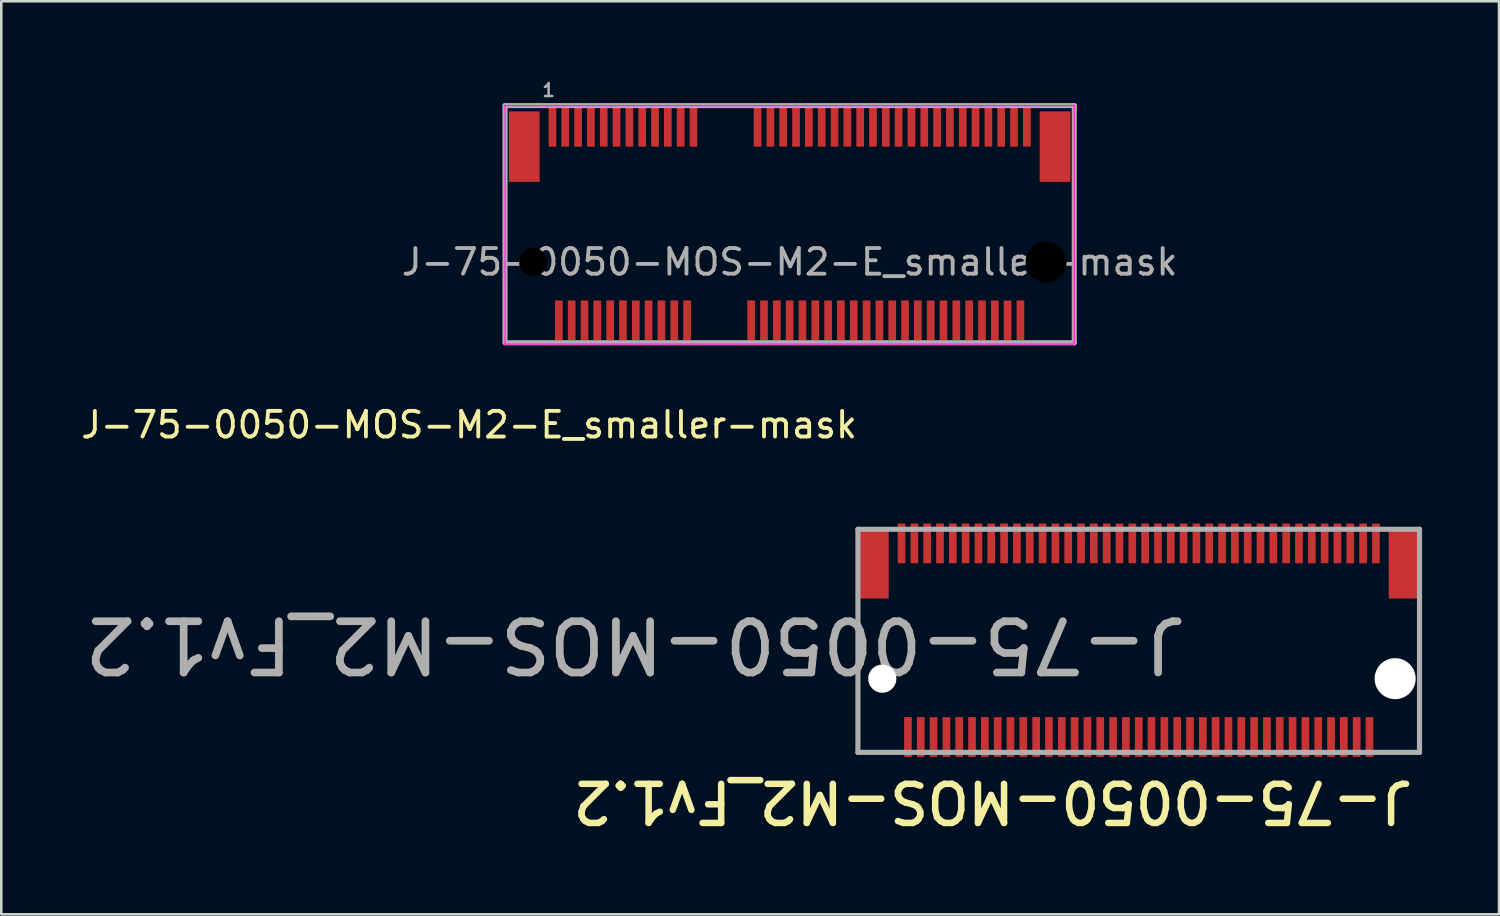
<source format=kicad_pcb>
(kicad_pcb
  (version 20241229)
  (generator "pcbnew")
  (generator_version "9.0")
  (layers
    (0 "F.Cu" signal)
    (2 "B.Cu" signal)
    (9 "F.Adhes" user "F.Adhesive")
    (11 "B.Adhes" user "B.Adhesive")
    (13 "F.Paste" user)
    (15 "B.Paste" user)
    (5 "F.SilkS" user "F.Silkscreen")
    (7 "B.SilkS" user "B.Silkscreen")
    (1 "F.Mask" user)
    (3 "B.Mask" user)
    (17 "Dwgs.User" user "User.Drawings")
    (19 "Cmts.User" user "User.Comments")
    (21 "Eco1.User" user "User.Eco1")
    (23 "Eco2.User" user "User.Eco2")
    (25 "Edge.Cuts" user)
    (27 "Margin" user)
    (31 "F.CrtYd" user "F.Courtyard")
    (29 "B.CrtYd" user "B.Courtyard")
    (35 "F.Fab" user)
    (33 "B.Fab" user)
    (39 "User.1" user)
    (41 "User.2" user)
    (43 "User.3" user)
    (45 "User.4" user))
  (footprint "J-75-0050-MOS-M2_Fv1.2"
    (layer "F.Cu")
    (at 41.357 21.916)
    (property "Reference" "J-75-0050-MOS-M2_Fv1.2" (at 10.808 5.402 180) (unlocked yes) (layer "F.SilkS") (effects (font (size 1.524 1.524) (thickness 0.254)) (justify left bottom)))
    (fp_line (start -10.95 -4.326) (end -10.95 4.374) (stroke (width 0.2) (type solid)) (layer "F.Fab"))
    (fp_line (start 10.95 -4.326) (end -10.95 -4.326) (stroke (width 0.2) (type solid)) (layer "F.Fab"))
    (fp_line (start 10.95 -4.326) (end 10.95 4.374) (stroke (width 0.2) (type solid)) (layer "F.Fab"))
    (fp_line (start 10.95 4.374) (end -10.95 4.374) (stroke (width 0.2) (type solid)) (layer "F.Fab"))
    (fp_text user "${REFERENCE}" (at 2 -1 180) (unlocked yes) (layer "F.Fab") (effects (font (size 2 2) (thickness 0.3)) (justify left bottom)))
    (pad "" smd rect (at -10.35 -3) (size 1.2 2.75) (layers "F.Cu" "F.Mask" "F.Paste"))
    (pad "" np_thru_hole circle (at -10 1.5) (size 1.1 1.1) (drill 1.1) (layers "*.Cu" "*.Mask"))
    (pad "" smd rect (at -3.5 3.775) (size 0.3 1.55) (layers "F.Cu" "F.Mask" "F.Paste"))
    (pad "" smd rect (at -3.25 -3.775) (size 0.3 1.55) (layers "F.Cu" "F.Mask" "F.Paste"))
    (pad "" smd rect (at -3 3.775) (size 0.3 1.55) (layers "F.Cu" "F.Mask" "F.Paste"))
    (pad "" smd rect (at -2.75 -3.775) (size 0.3 1.55) (layers "F.Cu" "F.Mask" "F.Paste"))
    (pad "" smd rect (at -2.5 3.775) (size 0.3 1.55) (layers "F.Cu" "F.Mask" "F.Paste"))
    (pad "" smd rect (at -2.25 -3.775) (size 0.3 1.55) (layers "F.Cu" "F.Mask" "F.Paste"))
    (pad "" smd rect (at -2 3.775) (size 0.3 1.55) (layers "F.Cu" "F.Mask" "F.Paste"))
    (pad "" smd rect (at -1.75 -3.775) (size 0.3 1.55) (layers "F.Cu" "F.Mask" "F.Paste"))
    (pad "" np_thru_hole circle (at 10 1.5) (size 1.6 1.6) (drill 1.6) (layers "*.Cu" "*.Mask"))
    (pad "" smd rect (at 10.35 -3) (size 1.2 2.75) (layers "F.Cu" "F.Mask" "F.Paste"))
    (pad "1" smd rect (at -9.25 -3.775) (size 0.3 1.55) (layers "F.Cu" "F.Mask" "F.Paste"))
    (pad "2" smd rect (at -9 3.775) (size 0.3 1.55) (layers "F.Cu" "F.Mask" "F.Paste"))
    (pad "3" smd rect (at -8.75 -3.775) (size 0.3 1.55) (layers "F.Cu" "F.Mask" "F.Paste"))
    (pad "4" smd rect (at -8.5 3.775) (size 0.3 1.55) (layers "F.Cu" "F.Mask" "F.Paste"))
    (pad "5" smd rect (at -8.25 -3.775) (size 0.3 1.55) (layers "F.Cu" "F.Mask" "F.Paste"))
    (pad "6" smd rect (at -8 3.775) (size 0.3 1.55) (layers "F.Cu" "F.Mask" "F.Paste"))
    (pad "7" smd rect (at -7.75 -3.775) (size 0.3 1.55) (layers "F.Cu" "F.Mask" "F.Paste"))
    (pad "8" smd rect (at -7.5 3.775) (size 0.3 1.55) (layers "F.Cu" "F.Mask" "F.Paste"))
    (pad "9" smd rect (at -7.25 -3.775) (size 0.3 1.55) (layers "F.Cu" "F.Mask" "F.Paste"))
    (pad "10" smd rect (at -7 3.775) (size 0.3 1.55) (layers "F.Cu" "F.Mask" "F.Paste"))
    (pad "11" smd rect (at -6.75 -3.775) (size 0.3 1.55) (layers "F.Cu" "F.Mask" "F.Paste"))
    (pad "12" smd rect (at -6.5 3.775) (size 0.3 1.55) (layers "F.Cu" "F.Mask" "F.Paste"))
    (pad "13" smd rect (at -6.25 -3.775) (size 0.3 1.55) (layers "F.Cu" "F.Mask" "F.Paste"))
    (pad "14" smd rect (at -6 3.775) (size 0.3 1.55) (layers "F.Cu" "F.Mask" "F.Paste"))
    (pad "15" smd rect (at -5.75 -3.775) (size 0.3 1.55) (layers "F.Cu" "F.Mask" "F.Paste"))
    (pad "16" smd rect (at -5.5 3.775) (size 0.3 1.55) (layers "F.Cu" "F.Mask" "F.Paste"))
    (pad "17" smd rect (at -5.25 -3.775) (size 0.3 1.55) (layers "F.Cu" "F.Mask" "F.Paste"))
    (pad "18" smd rect (at -5 3.775) (size 0.3 1.55) (layers "F.Cu" "F.Mask" "F.Paste"))
    (pad "19" smd rect (at -4.75 -3.775) (size 0.3 1.55) (layers "F.Cu" "F.Mask" "F.Paste"))
    (pad "20" smd rect (at -4.5 3.775) (size 0.3 1.55) (layers "F.Cu" "F.Mask" "F.Paste"))
    (pad "21" smd rect (at -4.25 -3.775) (size 0.3 1.55) (layers "F.Cu" "F.Mask" "F.Paste"))
    (pad "22" smd rect (at -4 3.775) (size 0.3 1.55) (layers "F.Cu" "F.Mask" "F.Paste"))
    (pad "23" smd rect (at -3.75 -3.775) (size 0.3 1.55) (layers "F.Cu" "F.Mask" "F.Paste"))
    (pad "32" smd rect (at -1.5 3.775) (size 0.3 1.55) (layers "F.Cu" "F.Mask" "F.Paste"))
    (pad "33" smd rect (at -1.25 -3.775) (size 0.3 1.55) (layers "F.Cu" "F.Mask" "F.Paste"))
    (pad "34" smd rect (at -1 3.775) (size 0.3 1.55) (layers "F.Cu" "F.Mask" "F.Paste"))
    (pad "35" smd rect (at -0.75 -3.775) (size 0.3 1.55) (layers "F.Cu" "F.Mask" "F.Paste"))
    (pad "36" smd rect (at -0.5 3.775) (size 0.3 1.55) (layers "F.Cu" "F.Mask" "F.Paste"))
    (pad "37" smd rect (at -0.25 -3.775) (size 0.3 1.55) (layers "F.Cu" "F.Mask" "F.Paste"))
    (pad "38" smd rect (at 0 3.775) (size 0.3 1.55) (layers "F.Cu" "F.Mask" "F.Paste"))
    (pad "39" smd rect (at 0.25 -3.775) (size 0.3 1.55) (layers "F.Cu" "F.Mask" "F.Paste"))
    (pad "40" smd rect (at 0.5 3.775) (size 0.3 1.55) (layers "F.Cu" "F.Mask" "F.Paste"))
    (pad "41" smd rect (at 0.75 -3.775) (size 0.3 1.55) (layers "F.Cu" "F.Mask" "F.Paste"))
    (pad "42" smd rect (at 1 3.775) (size 0.3 1.55) (layers "F.Cu" "F.Mask" "F.Paste"))
    (pad "43" smd rect (at 1.25 -3.775) (size 0.3 1.55) (layers "F.Cu" "F.Mask" "F.Paste"))
    (pad "44" smd rect (at 1.5 3.775) (size 0.3 1.55) (layers "F.Cu" "F.Mask" "F.Paste"))
    (pad "45" smd rect (at 1.75 -3.775) (size 0.3 1.55) (layers "F.Cu" "F.Mask" "F.Paste"))
    (pad "46" smd rect (at 2 3.775) (size 0.3 1.55) (layers "F.Cu" "F.Mask" "F.Paste"))
    (pad "47" smd rect (at 2.25 -3.775) (size 0.3 1.55) (layers "F.Cu" "F.Mask" "F.Paste"))
    (pad "48" smd rect (at 2.5 3.775) (size 0.3 1.55) (layers "F.Cu" "F.Mask" "F.Paste"))
    (pad "49" smd rect (at 2.75 -3.775) (size 0.3 1.55) (layers "F.Cu" "F.Mask" "F.Paste"))
    (pad "50" smd rect (at 3 3.775) (size 0.3 1.55) (layers "F.Cu" "F.Mask" "F.Paste"))
    (pad "51" smd rect (at 3.25 -3.775) (size 0.3 1.55) (layers "F.Cu" "F.Mask" "F.Paste"))
    (pad "52" smd rect (at 3.5 3.775) (size 0.3 1.55) (layers "F.Cu" "F.Mask" "F.Paste"))
    (pad "53" smd rect (at 3.75 -3.775) (size 0.3 1.55) (layers "F.Cu" "F.Mask" "F.Paste"))
    (pad "54" smd rect (at 4 3.775) (size 0.3 1.55) (layers "F.Cu" "F.Mask" "F.Paste"))
    (pad "55" smd rect (at 4.25 -3.775) (size 0.3 1.55) (layers "F.Cu" "F.Mask" "F.Paste"))
    (pad "56" smd rect (at 4.5 3.775) (size 0.3 1.55) (layers "F.Cu" "F.Mask" "F.Paste"))
    (pad "57" smd rect (at 4.75 -3.775) (size 0.3 1.55) (layers "F.Cu" "F.Mask" "F.Paste"))
    (pad "58" smd rect (at 5 3.775) (size 0.3 1.55) (layers "F.Cu" "F.Mask" "F.Paste"))
    (pad "59" smd rect (at 5.25 -3.775) (size 0.3 1.55) (layers "F.Cu" "F.Mask" "F.Paste"))
    (pad "60" smd rect (at 5.5 3.775) (size 0.3 1.55) (layers "F.Cu" "F.Mask" "F.Paste"))
    (pad "61" smd rect (at 5.75 -3.775) (size 0.3 1.55) (layers "F.Cu" "F.Mask" "F.Paste"))
    (pad "62" smd rect (at 6 3.775) (size 0.3 1.55) (layers "F.Cu" "F.Mask" "F.Paste"))
    (pad "63" smd rect (at 6.25 -3.775) (size 0.3 1.55) (layers "F.Cu" "F.Mask" "F.Paste"))
    (pad "64" smd rect (at 6.5 3.775) (size 0.3 1.55) (layers "F.Cu" "F.Mask" "F.Paste"))
    (pad "65" smd rect (at 6.75 -3.775) (size 0.3 1.55) (layers "F.Cu" "F.Mask" "F.Paste"))
    (pad "66" smd rect (at 7 3.775) (size 0.3 1.55) (layers "F.Cu" "F.Mask" "F.Paste"))
    (pad "67" smd rect (at 7.25 -3.775) (size 0.3 1.55) (layers "F.Cu" "F.Mask" "F.Paste"))
    (pad "68" smd rect (at 7.5 3.775) (size 0.3 1.55) (layers "F.Cu" "F.Mask" "F.Paste"))
    (pad "69" smd rect (at 7.75 -3.775) (size 0.3 1.55) (layers "F.Cu" "F.Mask" "F.Paste"))
    (pad "70" smd rect (at 8 3.775) (size 0.3 1.55) (layers "F.Cu" "F.Mask" "F.Paste"))
    (pad "71" smd rect (at 8.25 -3.775) (size 0.3 1.55) (layers "F.Cu" "F.Mask" "F.Paste"))
    (pad "72" smd rect (at 8.5 3.775) (size 0.3 1.55) (layers "F.Cu" "F.Mask" "F.Paste"))
    (pad "73" smd rect (at 8.75 -3.775) (size 0.3 1.55) (layers "F.Cu" "F.Mask" "F.Paste"))
    (pad "74" smd rect (at 9 3.775) (size 0.3 1.55) (layers "F.Cu" "F.Mask" "F.Paste"))
    (pad "75" smd rect (at 9.25 -3.775) (size 0.3 1.55) (layers "F.Cu" "F.Mask" "F.Paste")))
  (footprint "J-75-0050-MOS-M2-E_smaller-mask"
    (layer "F.Cu")
    (at 27.744 7.168)
    (property "Reference" "J-75-0050-MOS-M2-E_smaller-mask" (at -12.5 6.35 180) (layer "F.SilkS") (effects (font (size 1 1) (thickness 0.15))))
    (attr smd)
    (fp_line (start -11.1 -6.1) (end 11.1 -6.1) (stroke (width 0.05) (type solid)) (layer "F.CrtYd"))
    (fp_line (start -11.1 3.2) (end -11.1 -6.1) (stroke (width 0.05) (type solid)) (layer "F.CrtYd"))
    (fp_line (start 11.1 -6.1) (end 11.1 3.2) (stroke (width 0.05) (type solid)) (layer "F.CrtYd"))
    (fp_line (start 11.1 3.2) (end -11.1 3.2) (stroke (width 0.05) (type solid)) (layer "F.CrtYd"))
    (fp_line (start -11.1 -6.1) (end -11.1 3.1) (stroke (width 0.2) (type solid)) (layer "F.Fab"))
    (fp_line (start -11.1 3.15) (end 11.1 3.15) (stroke (width 0.2) (type solid)) (layer "F.Fab"))
    (fp_line (start 11.1 -6.1) (end -11.1 -6.1) (stroke (width 0.2) (type solid)) (layer "F.Fab"))
    (fp_line (start 11.1 3.15) (end 11.1 -6.1) (stroke (width 0.2) (type solid)) (layer "F.Fab"))
    (fp_text user "${REFERENCE}" (at 0 0 0) (layer "F.Fab") (effects (font (size 1 1) (thickness 0.15))))
    (fp_text user "1" (at -9.4 -6.7 0) (layer "F.Fab") (effects (font (size 0.5 0.5) (thickness 0.1) (bold yes))))
    (pad "" np_thru_hole circle (at -10 0) (size 1.3 1.3) (drill 1.1) (layers "*.Mask"))
    (pad "" np_thru_hole circle (at 10 0) (size 1.6 1.6) (drill 1.6) (layers "*.Mask"))
    (pad "1" smd rect (at -9.25 -5.275) (size 0.3 1.55) (layers "F.Cu" "F.Mask" "F.Paste"))
    (pad "2" smd rect (at -9 2.275) (size 0.3 1.55) (layers "F.Cu" "F.Mask" "F.Paste"))
    (pad "3" smd rect (at -8.75 -5.275) (size 0.3 1.55) (layers "F.Cu" "F.Mask" "F.Paste"))
    (pad "4" smd rect (at -8.5 2.275) (size 0.3 1.55) (layers "F.Cu" "F.Mask" "F.Paste"))
    (pad "5" smd rect (at -8.25 -5.275) (size 0.3 1.55) (layers "F.Cu" "F.Mask" "F.Paste"))
    (pad "6" smd rect (at -8 2.275) (size 0.3 1.55) (layers "F.Cu" "F.Mask" "F.Paste"))
    (pad "7" smd rect (at -7.75 -5.275) (size 0.3 1.55) (layers "F.Cu" "F.Mask" "F.Paste"))
    (pad "8" smd rect (at -7.5 2.275) (size 0.3 1.55) (layers "F.Cu" "F.Mask" "F.Paste"))
    (pad "9" smd rect (at -7.25 -5.275) (size 0.3 1.55) (layers "F.Cu" "F.Mask" "F.Paste"))
    (pad "10" smd rect (at -7 2.275) (size 0.3 1.55) (layers "F.Cu" "F.Mask" "F.Paste"))
    (pad "11" smd rect (at -6.75 -5.275) (size 0.3 1.55) (layers "F.Cu" "F.Mask" "F.Paste"))
    (pad "12" smd rect (at -6.5 2.275) (size 0.3 1.55) (layers "F.Cu" "F.Mask" "F.Paste"))
    (pad "13" smd rect (at -6.25 -5.275) (size 0.3 1.55) (layers "F.Cu" "F.Mask" "F.Paste"))
    (pad "14" smd rect (at -6 2.275) (size 0.3 1.55) (layers "F.Cu" "F.Mask" "F.Paste"))
    (pad "15" smd rect (at -5.75 -5.275) (size 0.3 1.55) (layers "F.Cu" "F.Mask" "F.Paste"))
    (pad "16" smd rect (at -5.5 2.275) (size 0.3 1.55) (layers "F.Cu" "F.Mask" "F.Paste"))
    (pad "17" smd rect (at -5.25 -5.275) (size 0.3 1.55) (layers "F.Cu" "F.Mask" "F.Paste"))
    (pad "18" smd rect (at -5 2.275) (size 0.3 1.55) (layers "F.Cu" "F.Mask" "F.Paste"))
    (pad "19" smd rect (at -4.75 -5.275) (size 0.3 1.55) (layers "F.Cu" "F.Mask" "F.Paste"))
    (pad "20" smd rect (at -4.5 2.275) (size 0.3 1.55) (layers "F.Cu" "F.Mask" "F.Paste"))
    (pad "21" smd rect (at -4.25 -5.275) (size 0.3 1.55) (layers "F.Cu" "F.Mask" "F.Paste"))
    (pad "22" smd rect (at -4 2.275) (size 0.3 1.55) (layers "F.Cu" "F.Mask" "F.Paste"))
    (pad "23" smd rect (at -3.75 -5.275) (size 0.3 1.55) (layers "F.Cu" "F.Mask" "F.Paste"))
    (pad "32" smd rect (at -1.5 2.275) (size 0.3 1.55) (layers "F.Cu" "F.Mask" "F.Paste"))
    (pad "33" smd rect (at -1.25 -5.275) (size 0.3 1.55) (layers "F.Cu" "F.Mask" "F.Paste"))
    (pad "34" smd rect (at -1 2.275) (size 0.3 1.55) (layers "F.Cu" "F.Mask" "F.Paste"))
    (pad "35" smd rect (at -0.75 -5.275) (size 0.3 1.55) (layers "F.Cu" "F.Mask" "F.Paste"))
    (pad "36" smd rect (at -0.5 2.275) (size 0.3 1.55) (layers "F.Cu" "F.Mask" "F.Paste"))
    (pad "37" smd rect (at -0.25 -5.275) (size 0.3 1.55) (layers "F.Cu" "F.Mask" "F.Paste"))
    (pad "38" smd rect (at 0 2.275) (size 0.3 1.55) (layers "F.Cu" "F.Mask" "F.Paste"))
    (pad "39" smd rect (at 0.25 -5.275) (size 0.3 1.55) (layers "F.Cu" "F.Mask" "F.Paste"))
    (pad "40" smd rect (at 0.5 2.275) (size 0.3 1.55) (layers "F.Cu" "F.Mask" "F.Paste"))
    (pad "41" smd rect (at 0.75 -5.275) (size 0.3 1.55) (layers "F.Cu" "F.Mask" "F.Paste"))
    (pad "42" smd rect (at 1 2.275) (size 0.3 1.55) (layers "F.Cu" "F.Mask" "F.Paste"))
    (pad "43" smd rect (at 1.25 -5.275) (size 0.3 1.55) (layers "F.Cu" "F.Mask" "F.Paste"))
    (pad "44" smd rect (at 1.5 2.275) (size 0.3 1.55) (layers "F.Cu" "F.Mask" "F.Paste"))
    (pad "45" smd rect (at 1.75 -5.275) (size 0.3 1.55) (layers "F.Cu" "F.Mask" "F.Paste"))
    (pad "46" smd rect (at 2 2.275) (size 0.3 1.55) (layers "F.Cu" "F.Mask" "F.Paste"))
    (pad "47" smd rect (at 2.25 -5.275) (size 0.3 1.55) (layers "F.Cu" "F.Mask" "F.Paste"))
    (pad "48" smd rect (at 2.5 2.275) (size 0.3 1.55) (layers "F.Cu" "F.Mask" "F.Paste"))
    (pad "49" smd rect (at 2.75 -5.275) (size 0.3 1.55) (layers "F.Cu" "F.Mask" "F.Paste"))
    (pad "50" smd rect (at 3 2.275) (size 0.3 1.55) (layers "F.Cu" "F.Mask" "F.Paste"))
    (pad "51" smd rect (at 3.25 -5.275) (size 0.3 1.55) (layers "F.Cu" "F.Mask" "F.Paste"))
    (pad "52" smd rect (at 3.5 2.275) (size 0.3 1.55) (layers "F.Cu" "F.Mask" "F.Paste"))
    (pad "53" smd rect (at 3.75 -5.275) (size 0.3 1.55) (layers "F.Cu" "F.Mask" "F.Paste"))
    (pad "54" smd rect (at 4 2.275) (size 0.3 1.55) (layers "F.Cu" "F.Mask" "F.Paste"))
    (pad "55" smd rect (at 4.25 -5.275) (size 0.3 1.55) (layers "F.Cu" "F.Mask" "F.Paste"))
    (pad "56" smd rect (at 4.5 2.275) (size 0.3 1.55) (layers "F.Cu" "F.Mask" "F.Paste"))
    (pad "57" smd rect (at 4.75 -5.275) (size 0.3 1.55) (layers "F.Cu" "F.Mask" "F.Paste"))
    (pad "58" smd rect (at 5 2.275) (size 0.3 1.55) (layers "F.Cu" "F.Mask" "F.Paste"))
    (pad "59" smd rect (at 5.25 -5.275) (size 0.3 1.55) (layers "F.Cu" "F.Mask" "F.Paste"))
    (pad "60" smd rect (at 5.5 2.275) (size 0.3 1.55) (layers "F.Cu" "F.Mask" "F.Paste"))
    (pad "61" smd rect (at 5.75 -5.275) (size 0.3 1.55) (layers "F.Cu" "F.Mask" "F.Paste"))
    (pad "62" smd rect (at 6 2.275) (size 0.3 1.55) (layers "F.Cu" "F.Mask" "F.Paste"))
    (pad "63" smd rect (at 6.25 -5.275) (size 0.3 1.55) (layers "F.Cu" "F.Mask" "F.Paste"))
    (pad "64" smd rect (at 6.5 2.275) (size 0.3 1.55) (layers "F.Cu" "F.Mask" "F.Paste"))
    (pad "65" smd rect (at 6.75 -5.275) (size 0.3 1.55) (layers "F.Cu" "F.Mask" "F.Paste"))
    (pad "66" smd rect (at 7 2.275) (size 0.3 1.55) (layers "F.Cu" "F.Mask" "F.Paste"))
    (pad "67" smd rect (at 7.25 -5.275) (size 0.3 1.55) (layers "F.Cu" "F.Mask" "F.Paste"))
    (pad "68" smd rect (at 7.5 2.275) (size 0.3 1.55) (layers "F.Cu" "F.Mask" "F.Paste"))
    (pad "69" smd rect (at 7.75 -5.275) (size 0.3 1.55) (layers "F.Cu" "F.Mask" "F.Paste"))
    (pad "70" smd rect (at 8 2.275) (size 0.3 1.55) (layers "F.Cu" "F.Mask" "F.Paste"))
    (pad "71" smd rect (at 8.25 -5.275) (size 0.3 1.55) (layers "F.Cu" "F.Mask" "F.Paste"))
    (pad "72" smd rect (at 8.5 2.275) (size 0.3 1.55) (layers "F.Cu" "F.Mask" "F.Paste"))
    (pad "73" smd rect (at 8.75 -5.275) (size 0.3 1.55) (layers "F.Cu" "F.Mask" "F.Paste"))
    (pad "74" smd rect (at 9 2.275) (size 0.3 1.55) (layers "F.Cu" "F.Mask" "F.Paste"))
    (pad "75" smd rect (at 9.25 -5.275) (size 0.3 1.55) (layers "F.Cu" "F.Mask" "F.Paste"))
    (pad "MP" smd rect (at -10.35 -4.5) (size 1.2 2.75) (layers "F.Cu" "F.Mask" "F.Paste"))
    (pad "MP" smd rect (at 10.35 -4.5) (size 1.2 2.75) (layers "F.Cu" "F.Mask" "F.Paste")))
  (gr_rect
    (start -3 -3)
    (end 55.407 32.605)
    (stroke (width 0.1) (type default))
    (fill no)
    (layer "Edge.Cuts")))
</source>
